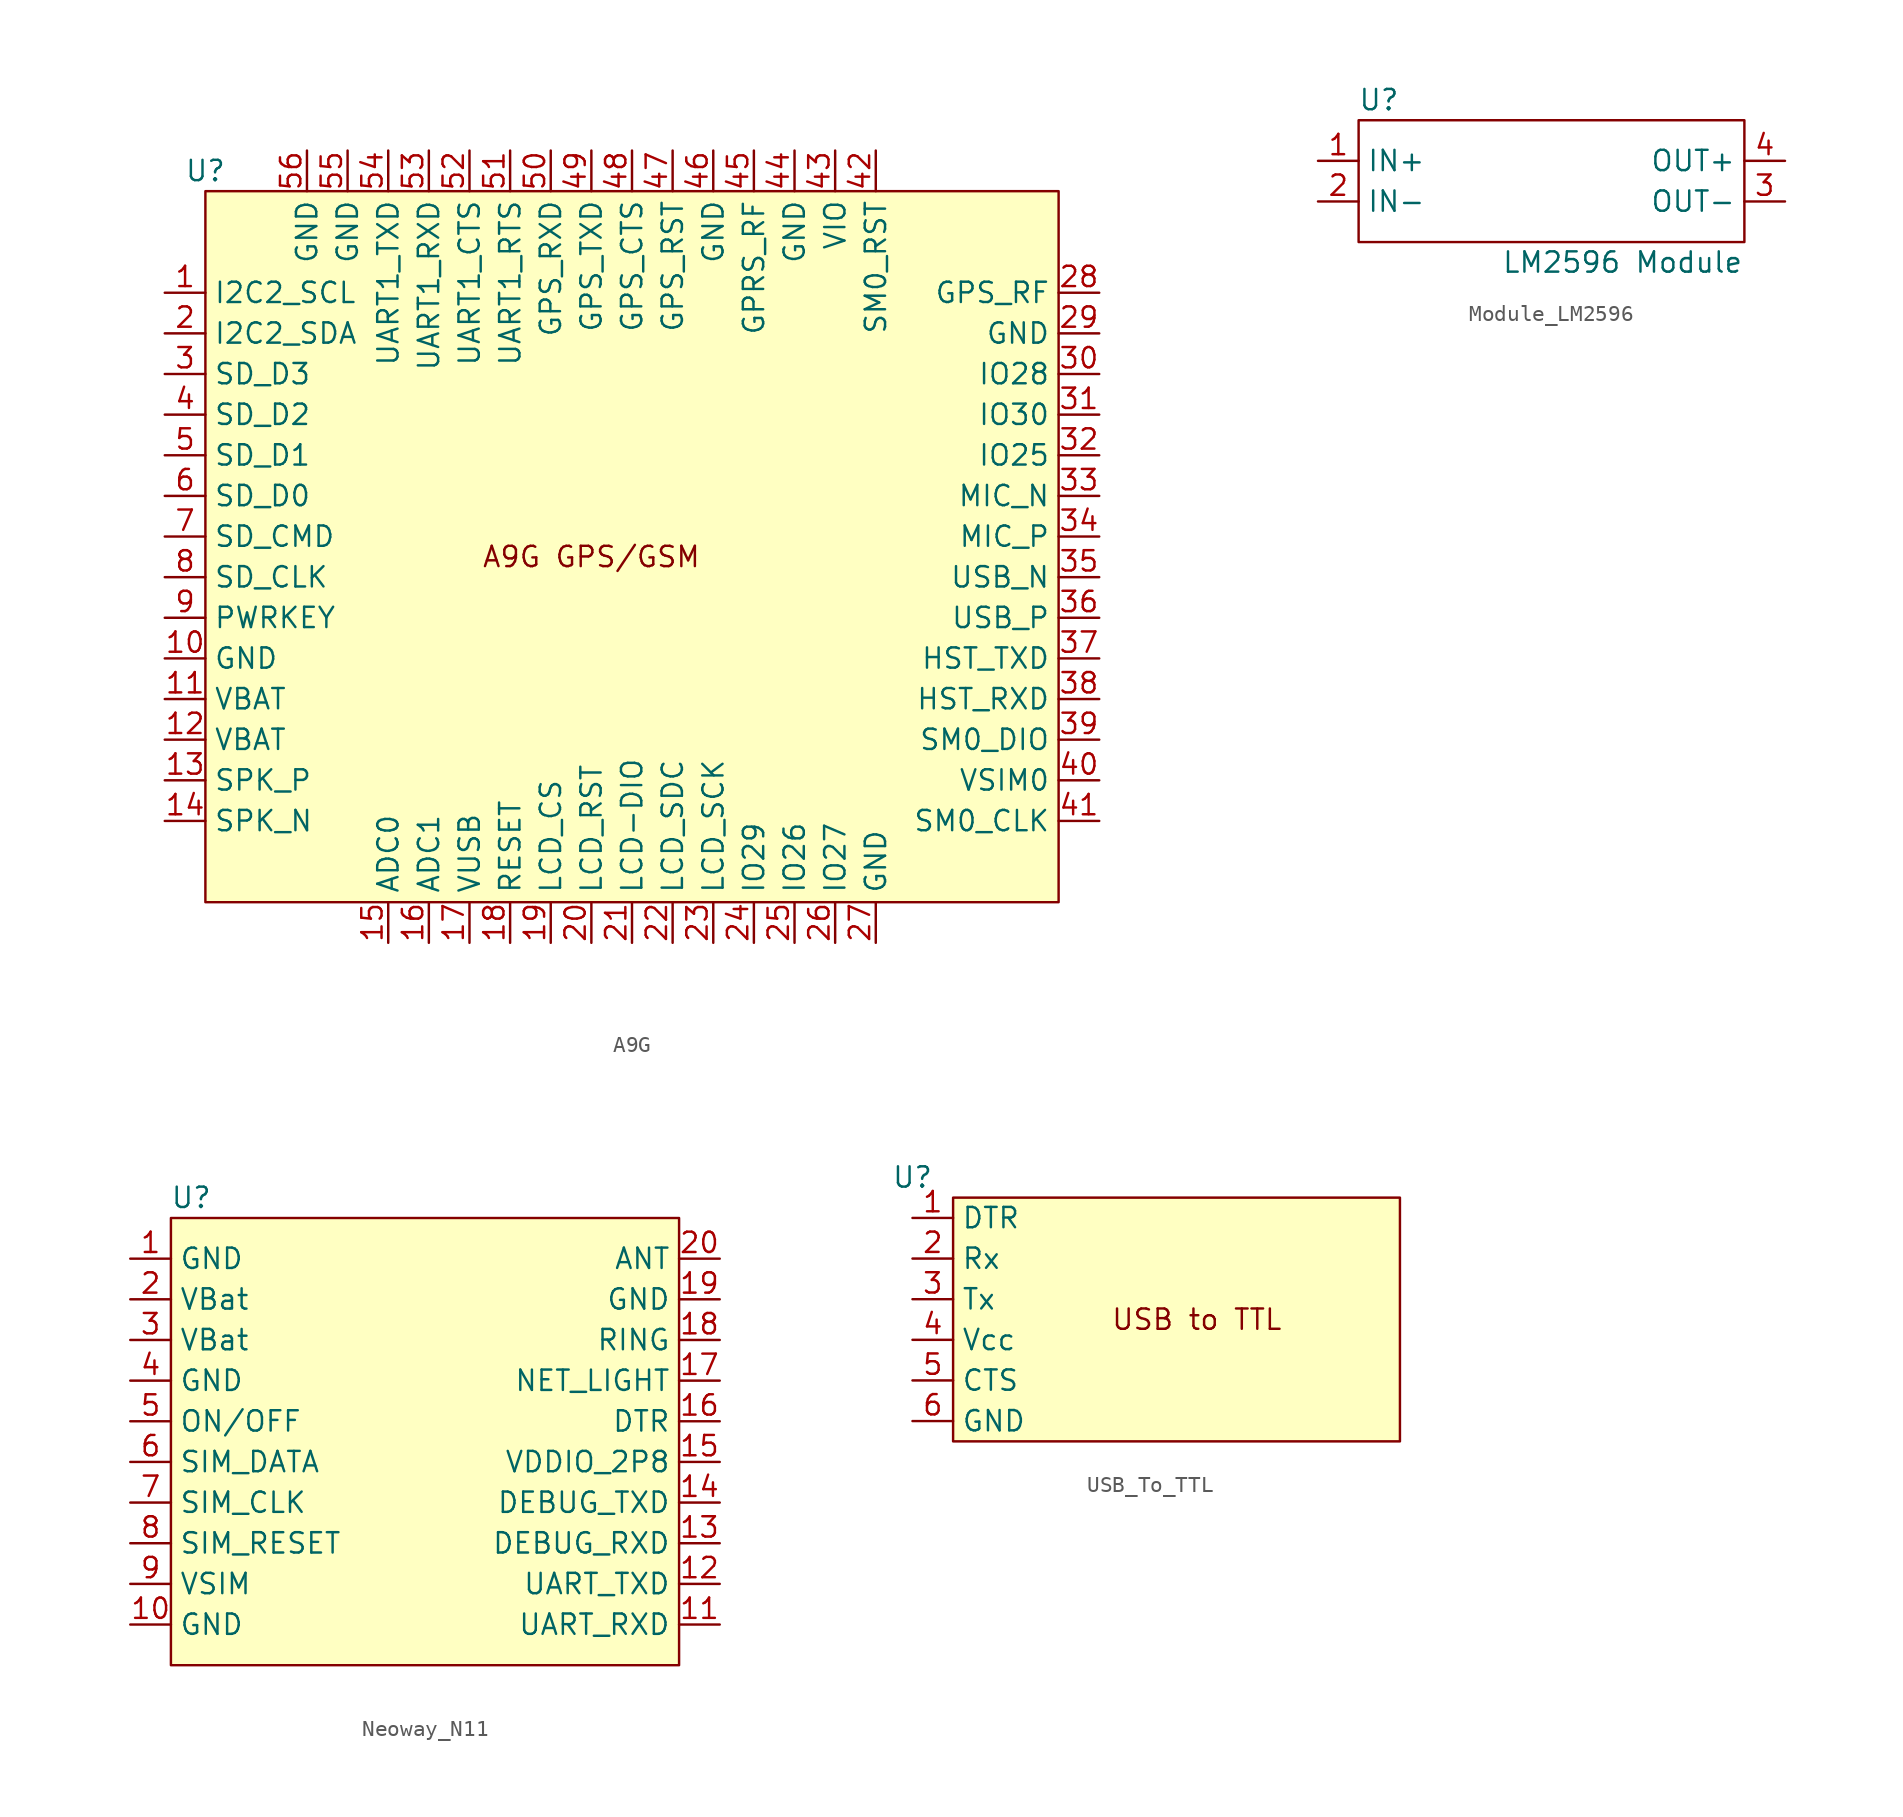
<source format=kicad_sym>
(kicad_symbol_lib
  (version 20220914)
  (generator kicad_symbol_editor)
  (symbol "A9G"
    (property "Reference" "U"
      (at 2.54 6.35 0)
      (effects (font (size 1.27 1.27))))
    (property "Value" ""
      (at 0 -1.27 0)
      (effects (font (size 1.27 1.27))))
    (symbol "A9G_0_0"
      (pin output line (at 0 -1.27 0) (length 2.54) (name "I2C2_SCL" (effects (font (size 1.27 1.27)))) (number "1" (effects (font (size 1.27 1.27)))))
      (pin unspecified line (at 0 -24.13 0) (length 2.54) (name "GND" (effects (font (size 1.27 1.27)))) (number "10" (effects (font (size 1.27 1.27)))))
      (pin unspecified line (at 0 -26.67 0) (length 2.54) (name "VBAT" (effects (font (size 1.27 1.27)))) (number "11" (effects (font (size 1.27 1.27)))))
      (pin unspecified line (at 0 -29.21 0) (length 2.54) (name "VBAT" (effects (font (size 1.27 1.27)))) (number "12" (effects (font (size 1.27 1.27)))))
      (pin unspecified line (at 0 -31.75 0) (length 2.54) (name "SPK_P" (effects (font (size 1.27 1.27)))) (number "13" (effects (font (size 1.27 1.27)))))
      (pin unspecified line (at 0 -34.29 0) (length 2.54) (name "SPK_N" (effects (font (size 1.27 1.27)))) (number "14" (effects (font (size 1.27 1.27)))))
      (pin unspecified line (at 13.97 -41.91 90) (length 2.54) (name "ADC0" (effects (font (size 1.27 1.27)))) (number "15" (effects (font (size 1.27 1.27)))))
      (pin unspecified line (at 16.51 -41.91 90) (length 2.54) (name "ADC1" (effects (font (size 1.27 1.27)))) (number "16" (effects (font (size 1.27 1.27)))))
      (pin unspecified line (at 19.05 -41.91 90) (length 2.54) (name "VUSB" (effects (font (size 1.27 1.27)))) (number "17" (effects (font (size 1.27 1.27)))))
      (pin unspecified line (at 21.59 -41.91 90) (length 2.54) (name "RESET" (effects (font (size 1.27 1.27)))) (number "18" (effects (font (size 1.27 1.27)))))
      (pin unspecified line (at 24.13 -41.91 90) (length 2.54) (name "LCD_CS" (effects (font (size 1.27 1.27)))) (number "19" (effects (font (size 1.27 1.27)))))
      (pin bidirectional line (at 0 -3.81 0) (length 2.54) (name "I2C2_SDA" (effects (font (size 1.27 1.27)))) (number "2" (effects (font (size 1.27 1.27)))))
      (pin unspecified line (at 26.67 -41.91 90) (length 2.54) (name "LCD_RST" (effects (font (size 1.27 1.27)))) (number "20" (effects (font (size 1.27 1.27)))))
      (pin unspecified line (at 29.21 -41.91 90) (length 2.54) (name "LCD-DIO" (effects (font (size 1.27 1.27)))) (number "21" (effects (font (size 1.27 1.27)))))
      (pin unspecified line (at 31.75 -41.91 90) (length 2.54) (name "LCD_SDC" (effects (font (size 1.27 1.27)))) (number "22" (effects (font (size 1.27 1.27)))))
      (pin unspecified line (at 34.29 -41.91 90) (length 2.54) (name "LCD_SCK" (effects (font (size 1.27 1.27)))) (number "23" (effects (font (size 1.27 1.27)))))
      (pin unspecified line (at 36.83 -41.91 90) (length 2.54) (name "IO29" (effects (font (size 1.27 1.27)))) (number "24" (effects (font (size 1.27 1.27)))))
      (pin unspecified line (at 39.37 -41.91 90) (length 2.54) (name "IO26" (effects (font (size 1.27 1.27)))) (number "25" (effects (font (size 1.27 1.27)))))
      (pin unspecified line (at 41.91 -41.91 90) (length 2.54) (name "IO27" (effects (font (size 1.27 1.27)))) (number "26" (effects (font (size 1.27 1.27)))))
      (pin unspecified line (at 44.45 -41.91 90) (length 2.54) (name "GND" (effects (font (size 1.27 1.27)))) (number "27" (effects (font (size 1.27 1.27)))))
      (pin unspecified line (at 58.42 -1.27 180) (length 2.54) (name "GPS_RF" (effects (font (size 1.27 1.27)))) (number "28" (effects (font (size 1.27 1.27)))))
      (pin unspecified line (at 58.42 -3.81 180) (length 2.54) (name "GND" (effects (font (size 1.27 1.27)))) (number "29" (effects (font (size 1.27 1.27)))))
      (pin unspecified line (at 0 -6.35 0) (length 2.54) (name "SD_D3" (effects (font (size 1.27 1.27)))) (number "3" (effects (font (size 1.27 1.27)))))
      (pin unspecified line (at 58.42 -6.35 180) (length 2.54) (name "IO28" (effects (font (size 1.27 1.27)))) (number "30" (effects (font (size 1.27 1.27)))))
      (pin unspecified line (at 58.42 -8.89 180) (length 2.54) (name "IO30" (effects (font (size 1.27 1.27)))) (number "31" (effects (font (size 1.27 1.27)))))
      (pin unspecified line (at 58.42 -11.43 180) (length 2.54) (name "IO25" (effects (font (size 1.27 1.27)))) (number "32" (effects (font (size 1.27 1.27)))))
      (pin unspecified line (at 58.42 -13.97 180) (length 2.54) (name "MIC_N" (effects (font (size 1.27 1.27)))) (number "33" (effects (font (size 1.27 1.27)))))
      (pin unspecified line (at 58.42 -16.51 180) (length 2.54) (name "MIC_P" (effects (font (size 1.27 1.27)))) (number "34" (effects (font (size 1.27 1.27)))))
      (pin unspecified line (at 58.42 -19.05 180) (length 2.54) (name "USB_N" (effects (font (size 1.27 1.27)))) (number "35" (effects (font (size 1.27 1.27)))))
      (pin unspecified line (at 58.42 -21.59 180) (length 2.54) (name "USB_P" (effects (font (size 1.27 1.27)))) (number "36" (effects (font (size 1.27 1.27)))))
      (pin unspecified line (at 58.42 -24.13 180) (length 2.54) (name "HST_TXD" (effects (font (size 1.27 1.27)))) (number "37" (effects (font (size 1.27 1.27)))))
      (pin unspecified line (at 58.42 -26.67 180) (length 2.54) (name "HST_RXD" (effects (font (size 1.27 1.27)))) (number "38" (effects (font (size 1.27 1.27)))))
      (pin unspecified line (at 58.42 -29.21 180) (length 2.54) (name "SM0_DIO" (effects (font (size 1.27 1.27)))) (number "39" (effects (font (size 1.27 1.27)))))
      (pin unspecified line (at 0 -8.89 0) (length 2.54) (name "SD_D2" (effects (font (size 1.27 1.27)))) (number "4" (effects (font (size 1.27 1.27)))))
      (pin unspecified line (at 58.42 -31.75 180) (length 2.54) (name "VSIM0" (effects (font (size 1.27 1.27)))) (number "40" (effects (font (size 1.27 1.27)))))
      (pin unspecified line (at 58.42 -34.29 180) (length 2.54) (name "SM0_CLK" (effects (font (size 1.27 1.27)))) (number "41" (effects (font (size 1.27 1.27)))))
      (pin unspecified line (at 44.45 7.62 270) (length 2.54) (name "SM0_RST" (effects (font (size 1.27 1.27)))) (number "42" (effects (font (size 1.27 1.27)))))
      (pin unspecified line (at 41.91 7.62 270) (length 2.54) (name "VIO" (effects (font (size 1.27 1.27)))) (number "43" (effects (font (size 1.27 1.27)))))
      (pin unspecified line (at 39.37 7.62 270) (length 2.54) (name "GND" (effects (font (size 1.27 1.27)))) (number "44" (effects (font (size 1.27 1.27)))))
      (pin unspecified line (at 36.83 7.62 270) (length 2.54) (name "GPRS_RF" (effects (font (size 1.27 1.27)))) (number "45" (effects (font (size 1.27 1.27)))))
      (pin unspecified line (at 34.29 7.62 270) (length 2.54) (name "GND" (effects (font (size 1.27 1.27)))) (number "46" (effects (font (size 1.27 1.27)))))
      (pin unspecified line (at 31.75 7.62 270) (length 2.54) (name "GPS_RST" (effects (font (size 1.27 1.27)))) (number "47" (effects (font (size 1.27 1.27)))))
      (pin unspecified line (at 29.21 7.62 270) (length 2.54) (name "GPS_CTS" (effects (font (size 1.27 1.27)))) (number "48" (effects (font (size 1.27 1.27)))))
      (pin unspecified line (at 26.67 7.62 270) (length 2.54) (name "GPS_TXD" (effects (font (size 1.27 1.27)))) (number "49" (effects (font (size 1.27 1.27)))))
      (pin unspecified line (at 0 -11.43 0) (length 2.54) (name "SD_D1" (effects (font (size 1.27 1.27)))) (number "5" (effects (font (size 1.27 1.27)))))
      (pin unspecified line (at 24.13 7.62 270) (length 2.54) (name "GPS_RXD" (effects (font (size 1.27 1.27)))) (number "50" (effects (font (size 1.27 1.27)))))
      (pin unspecified line (at 21.59 7.62 270) (length 2.54) (name "UART1_RTS" (effects (font (size 1.27 1.27)))) (number "51" (effects (font (size 1.27 1.27)))))
      (pin unspecified line (at 19.05 7.62 270) (length 2.54) (name "UART1_CTS" (effects (font (size 1.27 1.27)))) (number "52" (effects (font (size 1.27 1.27)))))
      (pin unspecified line (at 16.51 7.62 270) (length 2.54) (name "UART1_RXD" (effects (font (size 1.27 1.27)))) (number "53" (effects (font (size 1.27 1.27)))))
      (pin unspecified line (at 13.97 7.62 270) (length 2.54) (name "UART1_TXD" (effects (font (size 1.27 1.27)))) (number "54" (effects (font (size 1.27 1.27)))))
      (pin unspecified line (at 0 -13.97 0) (length 2.54) (name "SD_D0" (effects (font (size 1.27 1.27)))) (number "6" (effects (font (size 1.27 1.27)))))
      (pin unspecified line (at 0 -16.51 0) (length 2.54) (name "SD_CMD" (effects (font (size 1.27 1.27)))) (number "7" (effects (font (size 1.27 1.27)))))
      (pin unspecified line (at 0 -19.05 0) (length 2.54) (name "SD_CLK" (effects (font (size 1.27 1.27)))) (number "8" (effects (font (size 1.27 1.27)))))
      (pin unspecified line (at 0 -21.59 0) (length 2.54) (name "PWRKEY" (effects (font (size 1.27 1.27)))) (number "9" (effects (font (size 1.27 1.27))))))
    (symbol "A9G_0_1"
      (rectangle (start 2.54 5.08) (end 55.88 -39.37) (stroke (width 0) (type default)) (fill (type background)))
      (text "A9G GPS/GSM" (at 26.67 -17.78 0) (effects (font (size 1.27 1.27)))))
    (symbol "A9G_1_1"
      (pin unspecified line (at 11.43 7.62 270) (length 2.54) (name "GND" (effects (font (size 1.27 1.27)))) (number "55" (effects (font (size 1.27 1.27)))))
      (pin unspecified line (at 8.89 7.62 270) (length 2.54) (name "GND" (effects (font (size 1.27 1.27)))) (number "56" (effects (font (size 1.27 1.27)))))))
  (symbol "Module_LM2596"
    (property "Reference" "U"
      (at -10.16 5.08 0)
      (effects (font (size 1.27 1.27))))
    (property "Value" "LM2596 Module"
      (at 5.08 -5.08 0)
      (effects (font (size 1.27 1.27))))
    (symbol "Module_LM2596_0_0"
      (pin power_in line (at -13.97 1.27 0) (length 2.54) (name "IN+" (effects (font (size 1.27 1.27)))) (number "1" (effects (font (size 1.27 1.27)))))
      (pin power_in line (at -13.97 -1.27 0) (length 2.54) (name "IN-" (effects (font (size 1.27 1.27)))) (number "2" (effects (font (size 1.27 1.27)))))
      (pin power_out line (at 15.24 -1.27 180) (length 2.54) (name "OUT-" (effects (font (size 1.27 1.27)))) (number "3" (effects (font (size 1.27 1.27)))))
      (pin power_out line (at 15.24 1.27 180) (length 2.54) (name "OUT+" (effects (font (size 1.27 1.27)))) (number "4" (effects (font (size 1.27 1.27))))))
    (symbol "Module_LM2596_0_1"
      (rectangle (start -11.43 3.81) (end 12.7 -3.81) (stroke (width 0) (type default)) (fill (type none)))))
  (symbol "Neoway_N11"
    (property "Reference" "U"
      (at -13.97 12.7 0)
      (effects (font (size 1.27 1.27))))
    (property "Value" ""
      (at -17.78 8.89 0)
      (effects (font (size 1.27 1.27))))
    (symbol "Neoway_N11_0_0"
      (pin power_in line (at -17.78 8.89 0) (length 2.54) (name "GND" (effects (font (size 1.27 1.27)))) (number "1" (effects (font (size 1.27 1.27)))))
      (pin unspecified line (at -17.78 -13.97 0) (length 2.54) (name "GND" (effects (font (size 1.27 1.27)))) (number "10" (effects (font (size 1.27 1.27)))))
      (pin unspecified line (at 19.05 -13.97 180) (length 2.54) (name "UART_RXD" (effects (font (size 1.27 1.27)))) (number "11" (effects (font (size 1.27 1.27)))))
      (pin unspecified line (at 19.05 -11.43 180) (length 2.54) (name "UART_TXD" (effects (font (size 1.27 1.27)))) (number "12" (effects (font (size 1.27 1.27)))))
      (pin unspecified line (at 19.05 -8.89 180) (length 2.54) (name "DEBUG_RXD" (effects (font (size 1.27 1.27)))) (number "13" (effects (font (size 1.27 1.27)))))
      (pin unspecified line (at 19.05 -6.35 180) (length 2.54) (name "DEBUG_TXD" (effects (font (size 1.27 1.27)))) (number "14" (effects (font (size 1.27 1.27)))))
      (pin unspecified line (at 19.05 -3.81 180) (length 2.54) (name "VDDIO_2P8" (effects (font (size 1.27 1.27)))) (number "15" (effects (font (size 1.27 1.27)))))
      (pin unspecified line (at 19.05 -1.27 180) (length 2.54) (name "DTR" (effects (font (size 1.27 1.27)))) (number "16" (effects (font (size 1.27 1.27)))))
      (pin unspecified line (at 19.05 1.27 180) (length 2.54) (name "NET_LIGHT" (effects (font (size 1.27 1.27)))) (number "17" (effects (font (size 1.27 1.27)))))
      (pin unspecified line (at 19.05 3.81 180) (length 2.54) (name "RING" (effects (font (size 1.27 1.27)))) (number "18" (effects (font (size 1.27 1.27)))))
      (pin unspecified line (at 19.05 6.35 180) (length 2.54) (name "GND" (effects (font (size 1.27 1.27)))) (number "19" (effects (font (size 1.27 1.27)))))
      (pin unspecified line (at -17.78 6.35 0) (length 2.54) (name "VBat" (effects (font (size 1.27 1.27)))) (number "2" (effects (font (size 1.27 1.27)))))
      (pin unspecified line (at 19.05 8.89 180) (length 2.54) (name "ANT" (effects (font (size 1.27 1.27)))) (number "20" (effects (font (size 1.27 1.27)))))
      (pin unspecified line (at -17.78 3.81 0) (length 2.54) (name "VBat" (effects (font (size 1.27 1.27)))) (number "3" (effects (font (size 1.27 1.27)))))
      (pin unspecified line (at -17.78 1.27 0) (length 2.54) (name "GND" (effects (font (size 1.27 1.27)))) (number "4" (effects (font (size 1.27 1.27)))))
      (pin unspecified line (at -17.78 -1.27 0) (length 2.54) (name "ON/OFF" (effects (font (size 1.27 1.27)))) (number "5" (effects (font (size 1.27 1.27)))))
      (pin unspecified line (at -17.78 -3.81 0) (length 2.54) (name "SIM_DATA" (effects (font (size 1.27 1.27)))) (number "6" (effects (font (size 1.27 1.27)))))
      (pin unspecified line (at -17.78 -6.35 0) (length 2.54) (name "SIM_CLK" (effects (font (size 1.27 1.27)))) (number "7" (effects (font (size 1.27 1.27)))))
      (pin unspecified line (at -17.78 -8.89 0) (length 2.54) (name "SIM_RESET" (effects (font (size 1.27 1.27)))) (number "8" (effects (font (size 1.27 1.27)))))
      (pin unspecified line (at -17.78 -11.43 0) (length 2.54) (name "VSIM" (effects (font (size 1.27 1.27)))) (number "9" (effects (font (size 1.27 1.27))))))
    (symbol "Neoway_N11_0_1"
      (rectangle (start -15.24 11.43) (end 16.51 -16.51) (stroke (width 0) (type default)) (fill (type background)))))
  (symbol "USB_To_TTL"
    (property "Reference" "U"
      (at 0 8.89 0)
      (effects (font (size 1.27 1.27))))
    (property "Value" ""
      (at 0 6.35 0)
      (effects (font (size 1.27 1.27))))
    (symbol "USB_To_TTL_0_0"
      (pin bidirectional line (at 0 6.35 0) (length 2.54) (name "DTR" (effects (font (size 1.27 1.27)))) (number "1" (effects (font (size 1.27 1.27)))))
      (pin input line (at 0 3.81 0) (length 2.54) (name "Rx" (effects (font (size 1.27 1.27)))) (number "2" (effects (font (size 1.27 1.27)))))
      (pin output line (at 0 1.27 0) (length 2.54) (name "Tx" (effects (font (size 1.27 1.27)))) (number "3" (effects (font (size 1.27 1.27)))))
      (pin power_in line (at 0 -1.27 0) (length 2.54) (name "Vcc" (effects (font (size 1.27 1.27)))) (number "4" (effects (font (size 1.27 1.27)))))
      (pin bidirectional line (at 0 -3.81 0) (length 2.54) (name "CTS" (effects (font (size 1.27 1.27)))) (number "5" (effects (font (size 1.27 1.27)))))
      (pin power_in line (at 0 -6.35 0) (length 2.54) (name "GND" (effects (font (size 1.27 1.27)))) (number "6" (effects (font (size 1.27 1.27))))))
    (symbol "USB_To_TTL_0_1"
      (rectangle (start 2.54 7.62) (end 30.48 -7.62) (stroke (width 0) (type default)) (fill (type background)))
      (text "USB to TTL" (at 17.78 0 0) (effects (font (size 1.27 1.27)))))))
</source>
